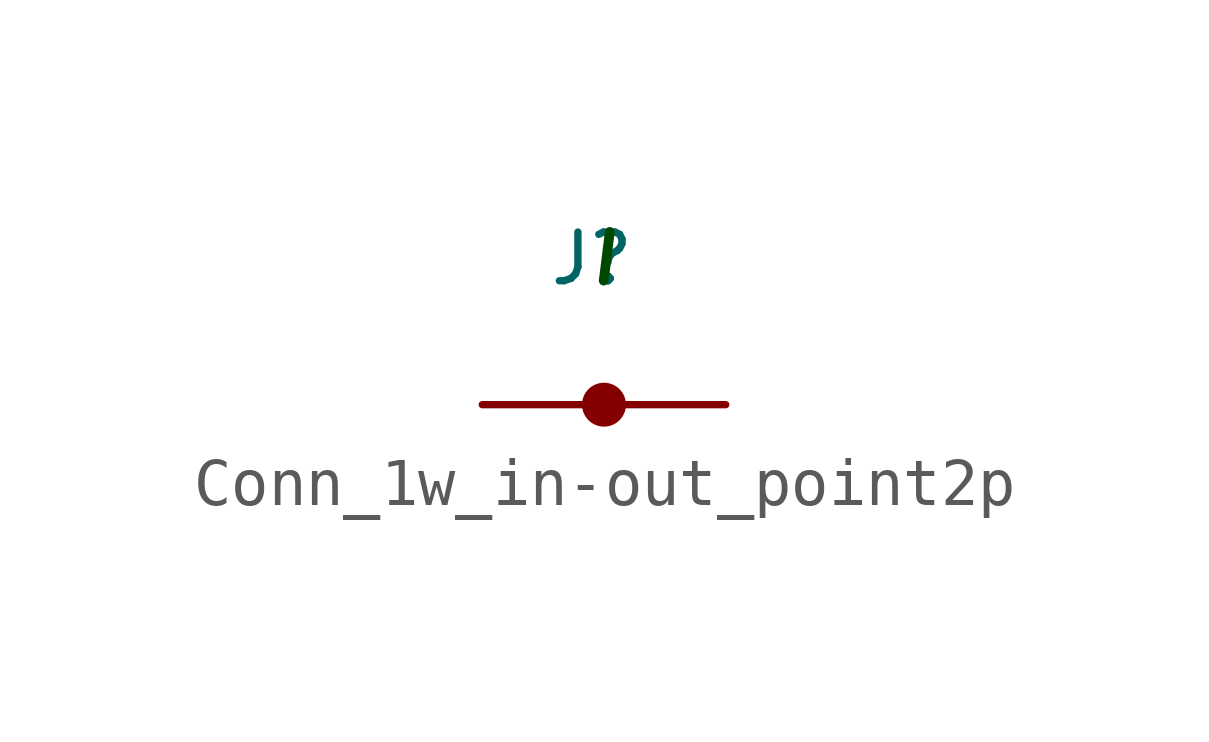
<source format=kicad_sym>
(kicad_symbol_lib
  (version 20231120)
  (generator "kicad_symbol_editor")
  (generator_version "8.0")
  (symbol "Conn_1w_in-out_point2p"
    (pin_numbers hide)
    (pin_names
      (offset 1.016) hide)
    (property "Reference" "J"
      (at -0.254 3.048 0)
      (effects (font (size 1.016 1.016))))
    (property "IN-OUT-N" "I"
      (at 0 3.048 0)
      (effects (font (size 1.016 1.016) (bold yes) (italic yes) (color 0 72 0 1))))
    (symbol "Conn_1w_in-out_point2p_1_1"
      (circle (center 0 0) (radius 0.382) (stroke (width 0) (type default)) (fill (type outline)))
      (pin bidirectional line (at -2.54 0 0) (length 2.54) (name "~" (effects (font (size 1.016 1.016)))) (number "1" (effects (font (size 1.016 1.016)))))
      (pin bidirectional line (at 2.54 0 180) (length 2.54) (name "~" (effects (font (size 1.016 1.016)))) (number "1" (effects (font (size 1.016 1.016))))))))
</source>
